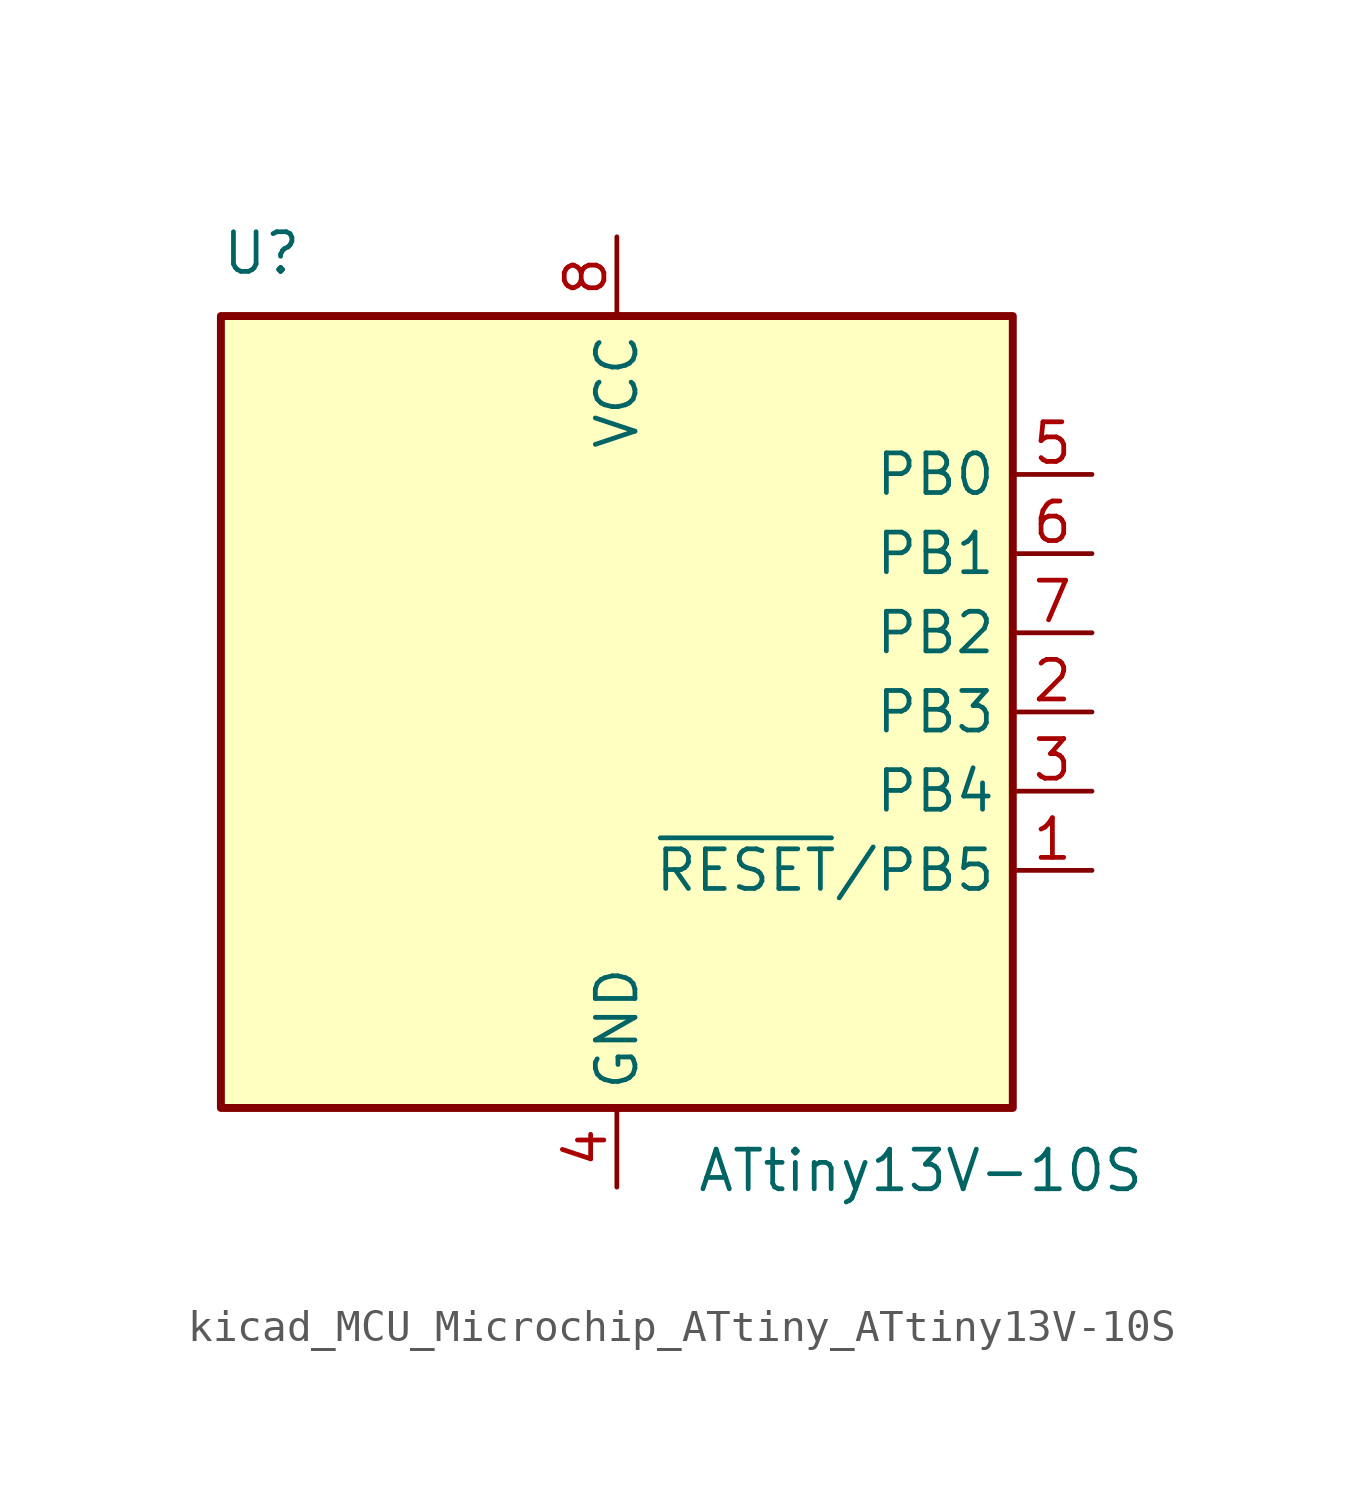
<source format=kicad_sym>
(kicad_symbol_lib
  (version 20220914)
  (generator kicad_symbol_editor)
  (symbol "kicad_MCU_Microchip_ATtiny_ATtiny13V-10S"
    (property "Reference" "U"
      (at -12.7 13.97 0)
      (effects (font (size 1.27 1.27)) (justify left bottom)))
    (property "Value" "ATtiny13V-10S"
      (at 2.54 -13.97 0)
      (effects (font (size 1.27 1.27)) (justify left top)))
    (symbol "kicad_MCU_Microchip_ATtiny_ATtiny13V-10S_0_1"
      (rectangle (start -12.7 -12.7) (end 12.7 12.7) (stroke (width 0.254) (type default)) (fill (type background))))
    (symbol "kicad_MCU_Microchip_ATtiny_ATtiny13V-10S_1_1"
      (pin bidirectional line (at 15.24 -5.08 180) (length 2.54) (name "~{RESET}/PB5" (effects (font (size 1.27 1.27)))) (number "1" (effects (font (size 1.27 1.27)))))
      (pin bidirectional line (at 15.24 0 180) (length 2.54) (name "PB3" (effects (font (size 1.27 1.27)))) (number "2" (effects (font (size 1.27 1.27)))))
      (pin bidirectional line (at 15.24 -2.54 180) (length 2.54) (name "PB4" (effects (font (size 1.27 1.27)))) (number "3" (effects (font (size 1.27 1.27)))))
      (pin power_in line (at 0 -15.24 90) (length 2.54) (name "GND" (effects (font (size 1.27 1.27)))) (number "4" (effects (font (size 1.27 1.27)))))
      (pin bidirectional line (at 15.24 7.62 180) (length 2.54) (name "PB0" (effects (font (size 1.27 1.27)))) (number "5" (effects (font (size 1.27 1.27)))))
      (pin bidirectional line (at 15.24 5.08 180) (length 2.54) (name "PB1" (effects (font (size 1.27 1.27)))) (number "6" (effects (font (size 1.27 1.27)))))
      (pin bidirectional line (at 15.24 2.54 180) (length 2.54) (name "PB2" (effects (font (size 1.27 1.27)))) (number "7" (effects (font (size 1.27 1.27)))))
      (pin power_in line (at 0 15.24 270) (length 2.54) (name "VCC" (effects (font (size 1.27 1.27)))) (number "8" (effects (font (size 1.27 1.27))))))))
</source>
